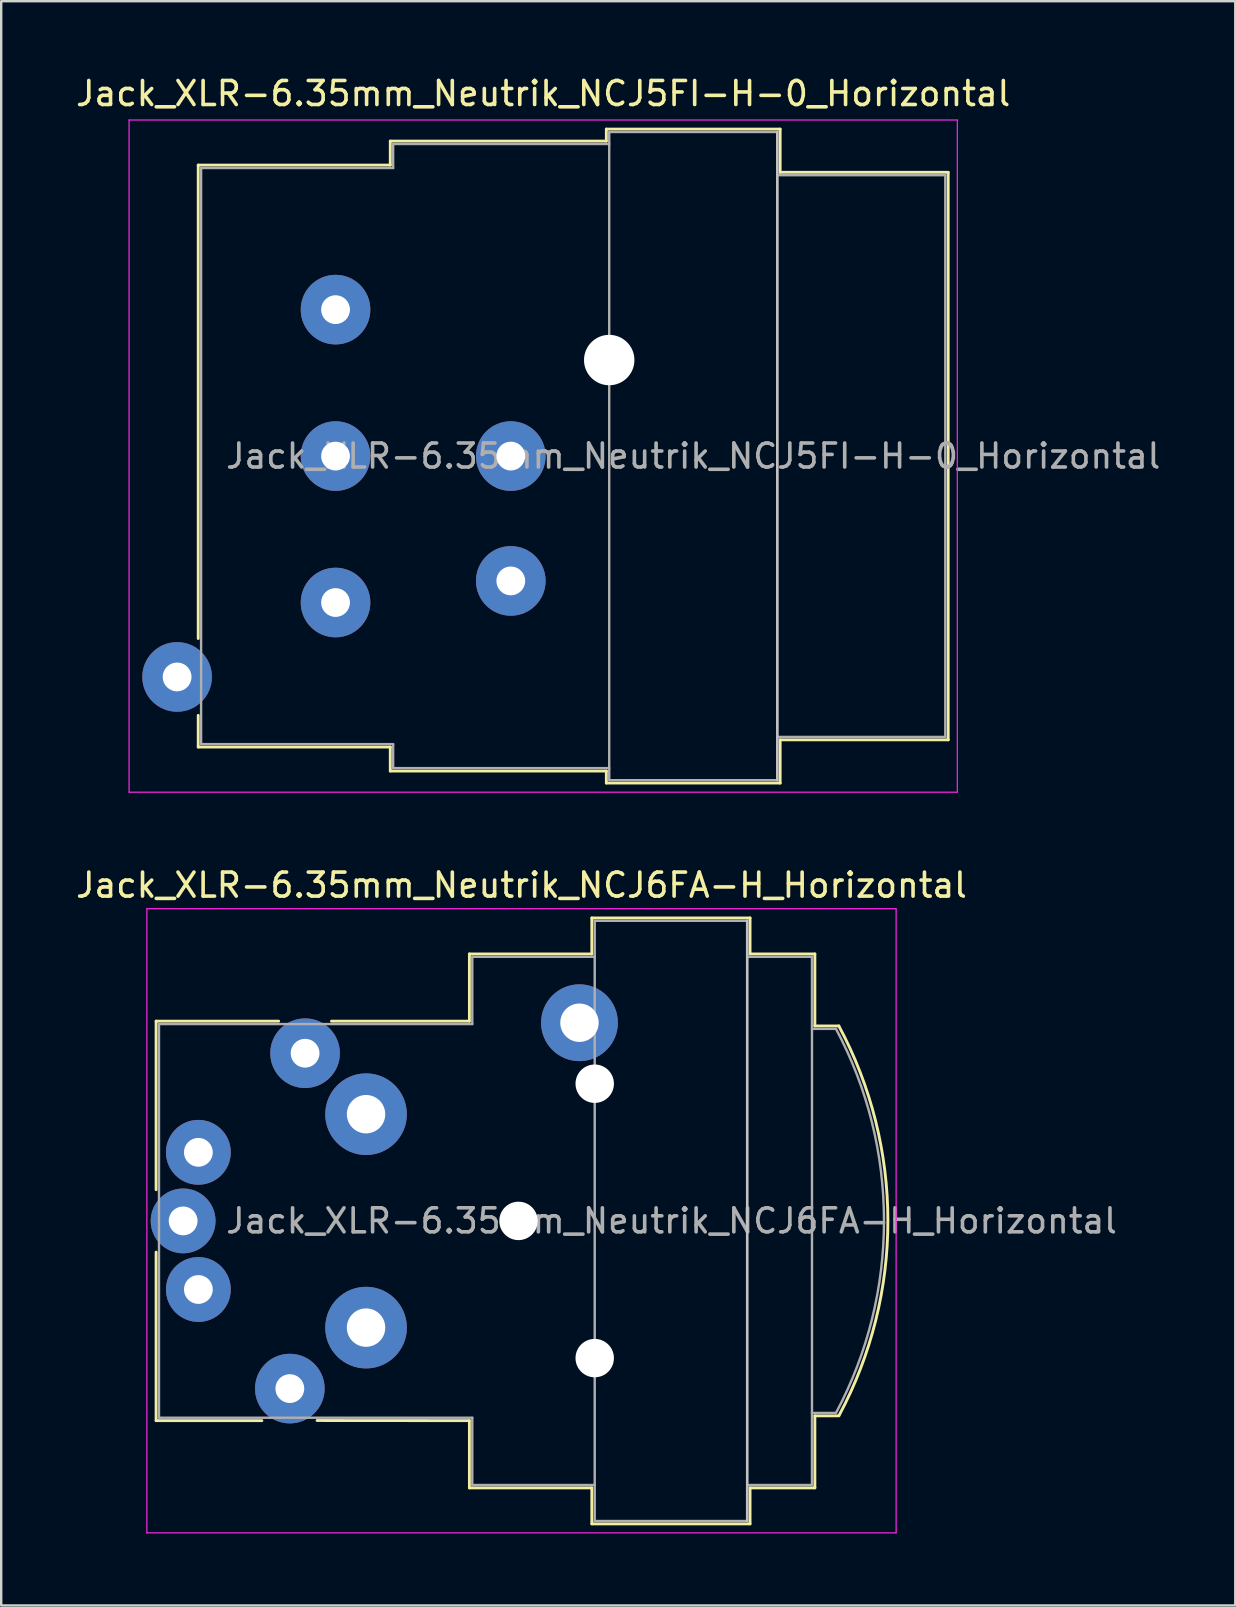
<source format=kicad_pcb>
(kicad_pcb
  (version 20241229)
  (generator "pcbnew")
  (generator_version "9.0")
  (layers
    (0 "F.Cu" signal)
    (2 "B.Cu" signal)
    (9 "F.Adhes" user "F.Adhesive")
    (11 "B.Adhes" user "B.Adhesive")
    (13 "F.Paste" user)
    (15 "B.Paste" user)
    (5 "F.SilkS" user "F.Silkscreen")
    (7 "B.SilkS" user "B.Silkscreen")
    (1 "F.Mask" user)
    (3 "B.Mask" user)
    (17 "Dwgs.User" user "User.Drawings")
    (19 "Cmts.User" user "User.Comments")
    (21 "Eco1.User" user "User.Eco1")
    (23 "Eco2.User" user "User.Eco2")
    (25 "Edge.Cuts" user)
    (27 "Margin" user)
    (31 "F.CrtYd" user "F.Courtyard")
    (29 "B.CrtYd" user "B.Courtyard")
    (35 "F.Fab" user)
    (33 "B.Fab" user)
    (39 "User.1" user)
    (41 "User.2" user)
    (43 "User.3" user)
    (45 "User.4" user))
  (footprint "Jack_XLR-6.35mm_Neutrik_NCJ6FA-H_Horizontal"
    (layer "F.Cu")
    (at 9.658 40.822)
    (property "Reference" "Jack_XLR-6.35mm_Neutrik_NCJ6FA-H_Horizontal" (at 9.015 -7 0) (layer "F.SilkS") (effects (font (size 1 1) (thickness 0.15))))
    (attr through_hole)
    (fp_line (start -6.205 -1.335) (end -6.205 5.685) (stroke (width 0.12) (type solid)) (layer "F.SilkS"))
    (fp_line (start -6.205 8.285) (end -6.205 15.305) (stroke (width 0.12) (type solid)) (layer "F.SilkS"))
    (fp_line (start -1.8 15.305) (end -6.205 15.305) (stroke (width 0.12) (type solid)) (layer "F.SilkS"))
    (fp_line (start -1.1 -1.335) (end -6.205 -1.335) (stroke (width 0.12) (type solid)) (layer "F.SilkS"))
    (fp_line (start 6.845 -4.135) (end 6.845 -1.335) (stroke (width 0.12) (type solid)) (layer "F.SilkS"))
    (fp_line (start 6.845 -1.335) (end 1.1 -1.335) (stroke (width 0.12) (type solid)) (layer "F.SilkS"))
    (fp_line (start 6.845 15.305) (end 0.5 15.3) (stroke (width 0.12) (type solid)) (layer "F.SilkS"))
    (fp_line (start 6.845 18.105) (end 6.845 15.305) (stroke (width 0.12) (type solid)) (layer "F.SilkS"))
    (fp_line (start 11.945 -4.135) (end 6.845 -4.135) (stroke (width 0.12) (type solid)) (layer "F.SilkS"))
    (fp_line (start 11.945 -4.135) (end 11.945 -5.635) (stroke (width 0.12) (type solid)) (layer "F.SilkS"))
    (fp_line (start 11.945 18.105) (end 6.845 18.105) (stroke (width 0.12) (type solid)) (layer "F.SilkS"))
    (fp_line (start 11.945 19.605) (end 11.945 18.105) (stroke (width 0.12) (type solid)) (layer "F.SilkS"))
    (fp_line (start 18.535 -5.635) (end 11.945 -5.635) (stroke (width 0.12) (type solid)) (layer "F.SilkS"))
    (fp_line (start 18.535 -5.635) (end 18.535 -4.135) (stroke (width 0.12) (type solid)) (layer "F.SilkS"))
    (fp_line (start 18.535 -4.135) (end 21.235 -4.135) (stroke (width 0.12) (type solid)) (layer "F.SilkS"))
    (fp_line (start 18.535 18.105) (end 18.535 19.605) (stroke (width 0.12) (type solid)) (layer "F.SilkS"))
    (fp_line (start 18.535 18.105) (end 21.235 18.105) (stroke (width 0.12) (type solid)) (layer "F.SilkS"))
    (fp_line (start 18.535 19.605) (end 11.945 19.605) (stroke (width 0.12) (type solid)) (layer "F.SilkS"))
    (fp_line (start 21.235 -4.135) (end 21.235 -1.135) (stroke (width 0.12) (type solid)) (layer "F.SilkS"))
    (fp_line (start 21.235 -1.135) (end 22.235 -1.135) (stroke (width 0.12) (type solid)) (layer "F.SilkS"))
    (fp_line (start 21.235 15.105) (end 21.235 18.105) (stroke (width 0.12) (type solid)) (layer "F.SilkS"))
    (fp_line (start 21.235 15.105) (end 22.235 15.105) (stroke (width 0.12) (type solid)) (layer "F.SilkS"))
    (fp_arc (start 22.235 -1.135) (mid 24.27742 6.973784) (end 22.245601 15.08523) (stroke (width 0.12) (type solid)) (layer "F.SilkS"))
    (fp_line (start 18.415 -5.515) (end 18.415 19.485) (stroke (width 0.1) (type solid)) (layer "Dwgs.User"))
    (fp_line (start -6.59 -6.02) (end -6.59 19.98) (stroke (width 0.05) (type solid)) (layer "F.CrtYd"))
    (fp_line (start 24.62 -6.02) (end -6.59 -6.02) (stroke (width 0.05) (type solid)) (layer "F.CrtYd"))
    (fp_line (start 24.62 -6.02) (end 24.62 19.98) (stroke (width 0.05) (type solid)) (layer "F.CrtYd"))
    (fp_line (start 24.62 19.98) (end -6.59 19.98) (stroke (width 0.05) (type solid)) (layer "F.CrtYd"))
    (fp_line (start -6.085 -1.215) (end -6.085 15.185) (stroke (width 0.1) (type solid)) (layer "F.Fab"))
    (fp_line (start -6.085 15.185) (end 6.965 15.185) (stroke (width 0.1) (type solid)) (layer "F.Fab"))
    (fp_line (start 6.965 -4.015) (end 6.965 -1.215) (stroke (width 0.1) (type solid)) (layer "F.Fab"))
    (fp_line (start 6.965 -1.215) (end -6.085 -1.215) (stroke (width 0.1) (type solid)) (layer "F.Fab"))
    (fp_line (start 6.965 15.185) (end 6.965 17.985) (stroke (width 0.1) (type solid)) (layer "F.Fab"))
    (fp_line (start 6.965 17.985) (end 12.065 17.985) (stroke (width 0.1) (type solid)) (layer "F.Fab"))
    (fp_line (start 12.065 -5.515) (end 18.415 -5.515) (stroke (width 0.1) (type solid)) (layer "F.Fab"))
    (fp_line (start 12.065 -4.015) (end 6.965 -4.015) (stroke (width 0.1) (type solid)) (layer "F.Fab"))
    (fp_line (start 12.065 19.485) (end 12.065 -5.515) (stroke (width 0.1) (type solid)) (layer "F.Fab"))
    (fp_line (start 18.415 -5.515) (end 18.415 19.485) (stroke (width 0.1) (type solid)) (layer "F.Fab"))
    (fp_line (start 18.415 -4.015) (end 21.115 -4.015) (stroke (width 0.1) (type solid)) (layer "F.Fab"))
    (fp_line (start 18.415 19.485) (end 12.065 19.485) (stroke (width 0.1) (type solid)) (layer "F.Fab"))
    (fp_line (start 21.115 -4.015) (end 21.115 17.985) (stroke (width 0.1) (type solid)) (layer "F.Fab"))
    (fp_line (start 21.115 -1.015) (end 22.115 -1.015) (stroke (width 0.1) (type solid)) (layer "F.Fab"))
    (fp_line (start 21.115 14.985) (end 22.115 14.985) (stroke (width 0.1) (type solid)) (layer "F.Fab"))
    (fp_line (start 21.115 17.985) (end 18.415 17.985) (stroke (width 0.1) (type solid)) (layer "F.Fab"))
    (fp_arc (start 22.115 -1.015) (mid 24.114999 6.978328) (end 22.121275 14.973223) (stroke (width 0.1) (type solid)) (layer "F.Fab"))
    (fp_text user "${REFERENCE}" (at 15.265 6.985 0) (layer "F.Fab") (effects (font (size 1 1) (thickness 0.15))))
    (pad "" np_thru_hole circle (at 8.89 6.985) (size 1.6 1.6) (drill 1.6) (layers "*.Cu" "*.Mask"))
    (pad "" np_thru_hole circle (at 12.065 1.27) (size 1.6 1.6) (drill 1.6) (layers "*.Cu" "*.Mask"))
    (pad "" np_thru_hole circle (at 12.065 12.7) (size 1.6 1.6) (drill 1.6) (layers "*.Cu" "*.Mask"))
    (pad "1" thru_hole circle (at 0 0) (size 2.9 2.9) (drill 1.2) (layers "*.Cu" "*.Mask"))
    (pad "2" thru_hole circle (at -0.635 13.97) (size 2.9 2.9) (drill 1.2) (layers "*.Cu" "*.Mask"))
    (pad "3" thru_hole circle (at -5.08 6.985) (size 2.7 2.7) (drill 1.2) (layers "*.Cu" "*.Mask"))
    (pad "G" thru_hole circle (at 11.43 -1.27) (size 3.2 3.2) (drill 1.6) (layers "*.Cu" "*.Mask"))
    (pad "R" thru_hole circle (at -4.445 9.842) (size 2.7 2.7) (drill 1.2) (layers "*.Cu" "*.Mask"))
    (pad "S" thru_hole circle (at -4.445 4.128) (size 2.7 2.7) (drill 1.2) (layers "*.Cu" "*.Mask"))
    (pad "T" thru_hole circle (at 2.54 2.54) (size 3.4 3.4) (drill 1.6) (layers "*.Cu" "*.Mask"))
    (pad "T" thru_hole circle (at 2.54 11.43) (size 3.4 3.4) (drill 1.6) (layers "*.Cu" "*.Mask")))
  (footprint "Jack_XLR-6.35mm_Neutrik_NCJ5FI-H-0_Horizontal"
    (layer "F.Cu")
    (at 10.927 9.848)
    (property "Reference" "Jack_XLR-6.35mm_Neutrik_NCJ5FI-H-0_Horizontal" (at 8.65 -9 0) (layer "F.SilkS") (effects (font (size 1 1) (thickness 0.15))))
    (attr through_hole)
    (fp_line (start -5.72 -6.02) (end -5.72 13.7) (stroke (width 0.12) (type solid)) (layer "F.SilkS"))
    (fp_line (start -5.72 16.9) (end -5.72 18.22) (stroke (width 0.12) (type solid)) (layer "F.SilkS"))
    (fp_line (start 2.28 -7.02) (end 2.28 -6.02) (stroke (width 0.12) (type solid)) (layer "F.SilkS"))
    (fp_line (start 2.28 -6.02) (end -5.72 -6.02) (stroke (width 0.12) (type solid)) (layer "F.SilkS"))
    (fp_line (start 2.28 18.22) (end -5.72 18.22) (stroke (width 0.12) (type solid)) (layer "F.SilkS"))
    (fp_line (start 2.28 19.22) (end 2.28 18.22) (stroke (width 0.12) (type solid)) (layer "F.SilkS"))
    (fp_line (start 11.28 -7.02) (end 2.28 -7.02) (stroke (width 0.12) (type solid)) (layer "F.SilkS"))
    (fp_line (start 11.28 -7.02) (end 11.28 -7.52) (stroke (width 0.12) (type solid)) (layer "F.SilkS"))
    (fp_line (start 11.28 19.22) (end 2.28 19.22) (stroke (width 0.12) (type solid)) (layer "F.SilkS"))
    (fp_line (start 11.28 19.72) (end 11.28 19.22) (stroke (width 0.12) (type solid)) (layer "F.SilkS"))
    (fp_line (start 18.52 -7.52) (end 11.28 -7.52) (stroke (width 0.12) (type solid)) (layer "F.SilkS"))
    (fp_line (start 18.52 -7.52) (end 18.52 -5.72) (stroke (width 0.12) (type solid)) (layer "F.SilkS"))
    (fp_line (start 18.52 -5.72) (end 25.52 -5.72) (stroke (width 0.12) (type solid)) (layer "F.SilkS"))
    (fp_line (start 18.52 17.92) (end 18.52 19.72) (stroke (width 0.12) (type solid)) (layer "F.SilkS"))
    (fp_line (start 18.52 17.92) (end 25.52 17.92) (stroke (width 0.12) (type solid)) (layer "F.SilkS"))
    (fp_line (start 18.52 19.72) (end 11.28 19.72) (stroke (width 0.12) (type solid)) (layer "F.SilkS"))
    (fp_line (start 25.52 -5.72) (end 25.52 17.92) (stroke (width 0.12) (type solid)) (layer "F.SilkS"))
    (fp_line (start 18.4 -7.4) (end 18.4 19.6) (stroke (width 0.1) (type solid)) (layer "Dwgs.User"))
    (fp_line (start -8.6 -7.9) (end -8.6 20.1) (stroke (width 0.05) (type solid)) (layer "F.CrtYd"))
    (fp_line (start 25.9 -7.9) (end -8.6 -7.9) (stroke (width 0.05) (type solid)) (layer "F.CrtYd"))
    (fp_line (start 25.9 -7.9) (end 25.9 20.1) (stroke (width 0.05) (type solid)) (layer "F.CrtYd"))
    (fp_line (start 25.9 20.1) (end -8.6 20.1) (stroke (width 0.05) (type solid)) (layer "F.CrtYd"))
    (fp_line (start -5.6 -5.9) (end -5.6 18.1) (stroke (width 0.1) (type solid)) (layer "F.Fab"))
    (fp_line (start -5.6 18.1) (end 2.4 18.1) (stroke (width 0.1) (type solid)) (layer "F.Fab"))
    (fp_line (start 2.4 -6.9) (end 2.4 -5.9) (stroke (width 0.1) (type solid)) (layer "F.Fab"))
    (fp_line (start 2.4 -5.9) (end -5.6 -5.9) (stroke (width 0.1) (type solid)) (layer "F.Fab"))
    (fp_line (start 2.4 18.1) (end 2.4 19.1) (stroke (width 0.1) (type solid)) (layer "F.Fab"))
    (fp_line (start 2.4 19.1) (end 11.4 19.1) (stroke (width 0.1) (type solid)) (layer "F.Fab"))
    (fp_line (start 11.4 -7.4) (end 18.4 -7.4) (stroke (width 0.1) (type solid)) (layer "F.Fab"))
    (fp_line (start 11.4 -6.9) (end 2.4 -6.9) (stroke (width 0.1) (type solid)) (layer "F.Fab"))
    (fp_line (start 11.4 19.6) (end 11.4 -7.4) (stroke (width 0.1) (type solid)) (layer "F.Fab"))
    (fp_line (start 18.4 -7.4) (end 18.4 19.6) (stroke (width 0.1) (type solid)) (layer "F.Fab"))
    (fp_line (start 18.4 -5.6) (end 25.4 -5.6) (stroke (width 0.1) (type solid)) (layer "F.Fab"))
    (fp_line (start 18.4 19.6) (end 11.4 19.6) (stroke (width 0.1) (type solid)) (layer "F.Fab"))
    (fp_line (start 25.4 -5.6) (end 25.4 17.8) (stroke (width 0.1) (type solid)) (layer "F.Fab"))
    (fp_line (start 25.4 17.8) (end 18.4 17.8) (stroke (width 0.1) (type solid)) (layer "F.Fab"))
    (fp_text user "${REFERENCE}" (at 14.9 6.1 0) (layer "F.Fab") (effects (font (size 1 1) (thickness 0.15))))
    (pad "" np_thru_hole circle (at 11.4 2.1) (size 2.1 2.1) (drill 2.1) (layers "*.Cu" "*.Mask"))
    (pad "1" thru_hole circle (at 0 0) (size 2.9 2.9) (drill 1.2) (layers "*.Cu" "*.Mask"))
    (pad "2" thru_hole circle (at 0 12.2) (size 2.9 2.9) (drill 1.2) (layers "*.Cu" "*.Mask"))
    (pad "3" thru_hole circle (at 0 6.1) (size 2.9 2.9) (drill 1.2) (layers "*.Cu" "*.Mask"))
    (pad "G" thru_hole circle (at 7.3 6.1) (size 2.9 2.9) (drill 1.2) (layers "*.Cu" "*.Mask"))
    (pad "S" thru_hole circle (at 7.3 11.3) (size 2.9 2.9) (drill 1.2) (layers "*.Cu" "*.Mask"))
    (pad "T" thru_hole circle (at -6.6 15.3) (size 2.9 2.9) (drill 1.2) (layers "*.Cu" "*.Mask")))
  (gr_rect
    (start -3 -3)
    (end 48.405 63.827)
    (stroke (width 0.1) (type default))
    (fill no)
    (layer "Edge.Cuts")))
</source>
